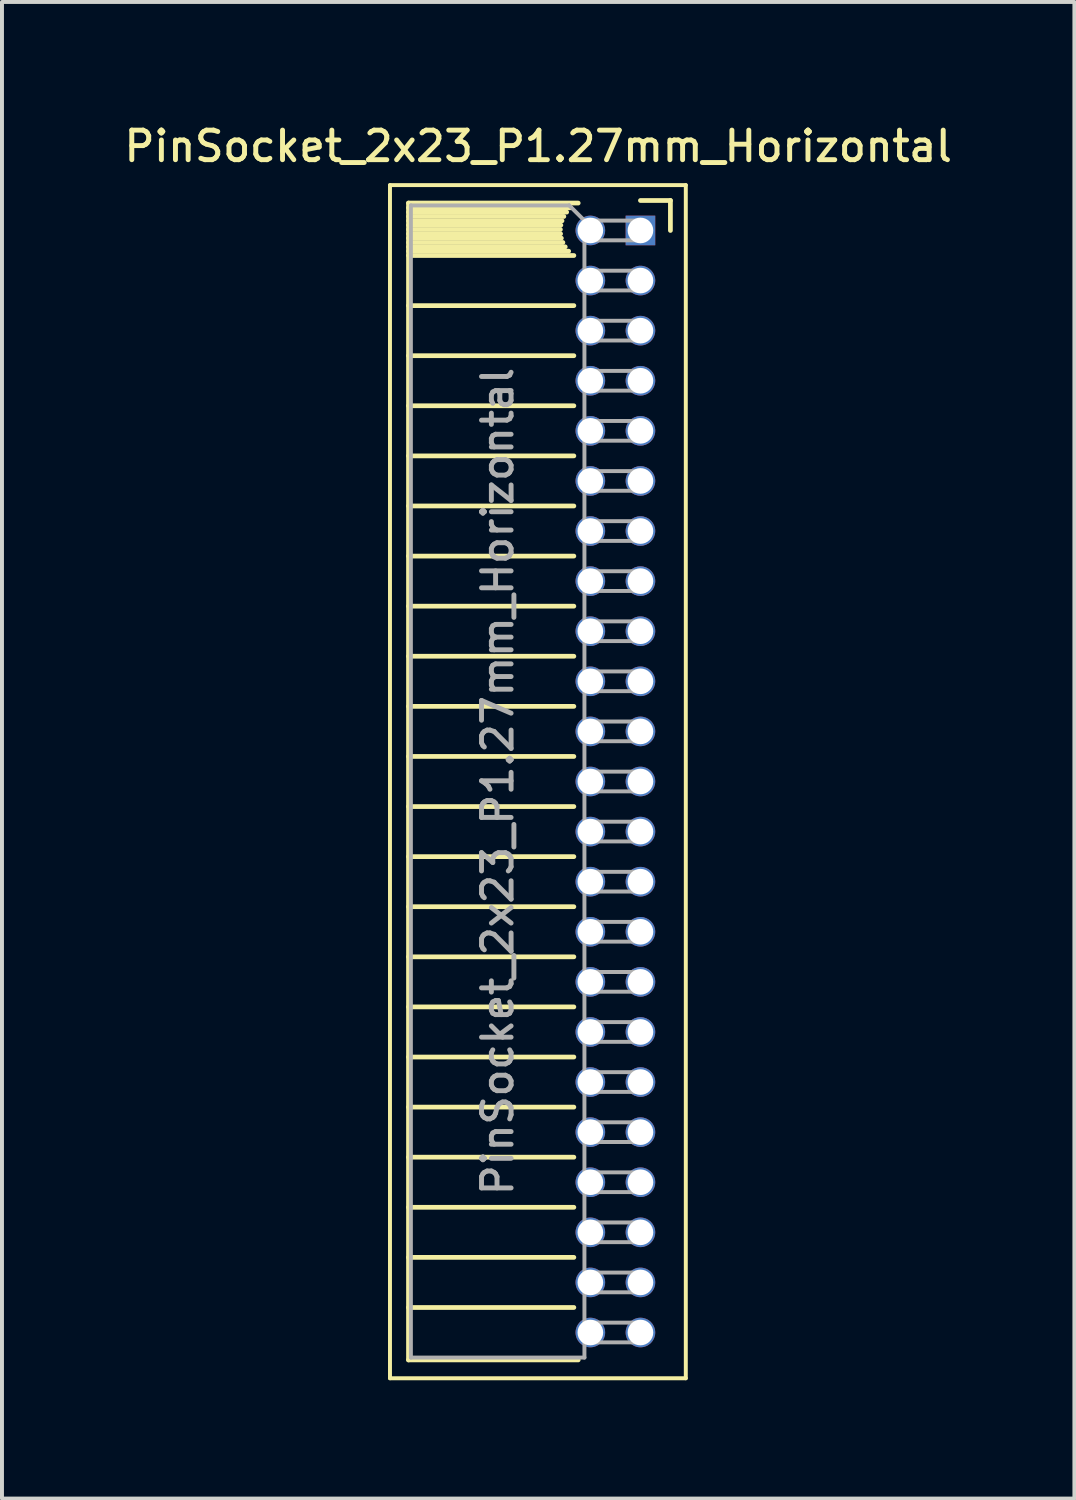
<source format=kicad_pcb>
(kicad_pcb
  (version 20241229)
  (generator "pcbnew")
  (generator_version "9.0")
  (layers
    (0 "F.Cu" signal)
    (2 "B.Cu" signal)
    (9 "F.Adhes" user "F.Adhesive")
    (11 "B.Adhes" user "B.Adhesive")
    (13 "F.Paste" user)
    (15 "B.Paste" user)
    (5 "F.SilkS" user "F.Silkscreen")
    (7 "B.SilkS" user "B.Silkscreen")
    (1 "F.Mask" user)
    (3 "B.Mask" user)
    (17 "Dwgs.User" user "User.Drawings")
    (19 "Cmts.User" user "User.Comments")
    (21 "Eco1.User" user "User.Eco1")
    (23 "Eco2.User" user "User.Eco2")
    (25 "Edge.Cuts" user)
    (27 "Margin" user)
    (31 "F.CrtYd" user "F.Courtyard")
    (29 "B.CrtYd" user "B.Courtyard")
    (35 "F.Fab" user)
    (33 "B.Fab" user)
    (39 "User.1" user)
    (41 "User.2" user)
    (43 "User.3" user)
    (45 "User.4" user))
  (footprint "PinSocket_2x23_P1.27mm_Horizontal"
    (layer "F.Cu")
    (at 13.187 2.793)
    (property "Reference" "PinSocket_2x23_P1.27mm_Horizontal" (at -2.592 -2.135 0) (layer "F.SilkS") (effects (font (size 0.75 0.75) (thickness 0.125))))
    (attr through_hole)
    (fp_line (start -6.35 -1.15) (end -6.35 29.1) (stroke (width 0.1) (type solid)) (layer "F.SilkS"))
    (fp_line (start -6.35 29.1) (end 1.15 29.1) (stroke (width 0.1) (type solid)) (layer "F.SilkS"))
    (fp_line (start -5.88 -0.695) (end -5.88 28.635) (stroke (width 0.12) (type solid)) (layer "F.SilkS"))
    (fp_line (start -5.88 -0.695) (end -1.578 -0.695) (stroke (width 0.12) (type solid)) (layer "F.SilkS"))
    (fp_line (start -5.88 -0.575) (end -1.767 -0.575) (stroke (width 0.12) (type solid)) (layer "F.SilkS"))
    (fp_line (start -5.88 -0.465) (end -1.871 -0.465) (stroke (width 0.12) (type solid)) (layer "F.SilkS"))
    (fp_line (start -5.88 -0.355) (end -1.942 -0.355) (stroke (width 0.12) (type solid)) (layer "F.SilkS"))
    (fp_line (start -5.88 -0.245) (end -1.989 -0.245) (stroke (width 0.12) (type solid)) (layer "F.SilkS"))
    (fp_line (start -5.88 -0.135) (end -2.018 -0.135) (stroke (width 0.12) (type solid)) (layer "F.SilkS"))
    (fp_line (start -5.88 -0.025) (end -2.03 -0.025) (stroke (width 0.12) (type solid)) (layer "F.SilkS"))
    (fp_line (start -5.88 0.085) (end -2.025 0.085) (stroke (width 0.12) (type solid)) (layer "F.SilkS"))
    (fp_line (start -5.88 0.195) (end -2.005 0.195) (stroke (width 0.12) (type solid)) (layer "F.SilkS"))
    (fp_line (start -5.88 0.305) (end -1.966 0.305) (stroke (width 0.12) (type solid)) (layer "F.SilkS"))
    (fp_line (start -5.88 0.415) (end -1.907 0.415) (stroke (width 0.12) (type solid)) (layer "F.SilkS"))
    (fp_line (start -5.88 0.525) (end -1.82 0.525) (stroke (width 0.12) (type solid)) (layer "F.SilkS"))
    (fp_line (start -5.88 0.635) (end -1.688 0.635) (stroke (width 0.12) (type solid)) (layer "F.SilkS"))
    (fp_line (start -5.88 1.905) (end -1.688 1.905) (stroke (width 0.12) (type solid)) (layer "F.SilkS"))
    (fp_line (start -5.88 3.175) (end -1.688 3.175) (stroke (width 0.12) (type solid)) (layer "F.SilkS"))
    (fp_line (start -5.88 4.445) (end -1.688 4.445) (stroke (width 0.12) (type solid)) (layer "F.SilkS"))
    (fp_line (start -5.88 5.715) (end -1.688 5.715) (stroke (width 0.12) (type solid)) (layer "F.SilkS"))
    (fp_line (start -5.88 6.985) (end -1.688 6.985) (stroke (width 0.12) (type solid)) (layer "F.SilkS"))
    (fp_line (start -5.88 8.255) (end -1.688 8.255) (stroke (width 0.12) (type solid)) (layer "F.SilkS"))
    (fp_line (start -5.88 9.525) (end -1.688 9.525) (stroke (width 0.12) (type solid)) (layer "F.SilkS"))
    (fp_line (start -5.88 10.795) (end -1.688 10.795) (stroke (width 0.12) (type solid)) (layer "F.SilkS"))
    (fp_line (start -5.88 12.065) (end -1.688 12.065) (stroke (width 0.12) (type solid)) (layer "F.SilkS"))
    (fp_line (start -5.88 13.335) (end -1.688 13.335) (stroke (width 0.12) (type solid)) (layer "F.SilkS"))
    (fp_line (start -5.88 14.605) (end -1.688 14.605) (stroke (width 0.12) (type solid)) (layer "F.SilkS"))
    (fp_line (start -5.88 15.875) (end -1.688 15.875) (stroke (width 0.12) (type solid)) (layer "F.SilkS"))
    (fp_line (start -5.88 17.145) (end -1.688 17.145) (stroke (width 0.12) (type solid)) (layer "F.SilkS"))
    (fp_line (start -5.88 18.415) (end -1.688 18.415) (stroke (width 0.12) (type solid)) (layer "F.SilkS"))
    (fp_line (start -5.88 19.685) (end -1.688 19.685) (stroke (width 0.12) (type solid)) (layer "F.SilkS"))
    (fp_line (start -5.88 20.955) (end -1.688 20.955) (stroke (width 0.12) (type solid)) (layer "F.SilkS"))
    (fp_line (start -5.88 22.225) (end -1.688 22.225) (stroke (width 0.12) (type solid)) (layer "F.SilkS"))
    (fp_line (start -5.88 23.495) (end -1.688 23.495) (stroke (width 0.12) (type solid)) (layer "F.SilkS"))
    (fp_line (start -5.88 24.765) (end -1.688 24.765) (stroke (width 0.12) (type solid)) (layer "F.SilkS"))
    (fp_line (start -5.88 26.035) (end -1.688 26.035) (stroke (width 0.12) (type solid)) (layer "F.SilkS"))
    (fp_line (start -5.88 27.305) (end -1.688 27.305) (stroke (width 0.12) (type solid)) (layer "F.SilkS"))
    (fp_line (start -5.88 28.635) (end -1.578 28.635) (stroke (width 0.12) (type solid)) (layer "F.SilkS"))
    (fp_line (start 0 -0.76) (end 0.76 -0.76) (stroke (width 0.12) (type solid)) (layer "F.SilkS"))
    (fp_line (start 0.76 -0.76) (end 0.76 0) (stroke (width 0.12) (type solid)) (layer "F.SilkS"))
    (fp_line (start 1.15 -1.15) (end -6.35 -1.15) (stroke (width 0.1) (type solid)) (layer "F.SilkS"))
    (fp_line (start 1.15 29.1) (end 1.15 -1.15) (stroke (width 0.1) (type solid)) (layer "F.SilkS"))
    (fp_line (start -5.82 -0.635) (end -1.805 -0.635) (stroke (width 0.1) (type solid)) (layer "F.Fab"))
    (fp_line (start -5.82 28.575) (end -5.82 -0.635) (stroke (width 0.1) (type solid)) (layer "F.Fab"))
    (fp_line (start -1.805 -0.635) (end -1.42 -0.25) (stroke (width 0.1) (type solid)) (layer "F.Fab"))
    (fp_line (start -1.42 -0.25) (end -1.42 28.575) (stroke (width 0.1) (type solid)) (layer "F.Fab"))
    (fp_line (start -1.42 0.25) (end 0 0.25) (stroke (width 0.1) (type solid)) (layer "F.Fab"))
    (fp_line (start -1.42 1.52) (end 0 1.52) (stroke (width 0.1) (type solid)) (layer "F.Fab"))
    (fp_line (start -1.42 2.79) (end 0 2.79) (stroke (width 0.1) (type solid)) (layer "F.Fab"))
    (fp_line (start -1.42 4.06) (end 0 4.06) (stroke (width 0.1) (type solid)) (layer "F.Fab"))
    (fp_line (start -1.42 5.33) (end 0 5.33) (stroke (width 0.1) (type solid)) (layer "F.Fab"))
    (fp_line (start -1.42 6.6) (end 0 6.6) (stroke (width 0.1) (type solid)) (layer "F.Fab"))
    (fp_line (start -1.42 7.87) (end 0 7.87) (stroke (width 0.1) (type solid)) (layer "F.Fab"))
    (fp_line (start -1.42 9.14) (end 0 9.14) (stroke (width 0.1) (type solid)) (layer "F.Fab"))
    (fp_line (start -1.42 10.41) (end 0 10.41) (stroke (width 0.1) (type solid)) (layer "F.Fab"))
    (fp_line (start -1.42 11.68) (end 0 11.68) (stroke (width 0.1) (type solid)) (layer "F.Fab"))
    (fp_line (start -1.42 12.95) (end 0 12.95) (stroke (width 0.1) (type solid)) (layer "F.Fab"))
    (fp_line (start -1.42 14.22) (end 0 14.22) (stroke (width 0.1) (type solid)) (layer "F.Fab"))
    (fp_line (start -1.42 15.49) (end 0 15.49) (stroke (width 0.1) (type solid)) (layer "F.Fab"))
    (fp_line (start -1.42 16.76) (end 0 16.76) (stroke (width 0.1) (type solid)) (layer "F.Fab"))
    (fp_line (start -1.42 18.03) (end 0 18.03) (stroke (width 0.1) (type solid)) (layer "F.Fab"))
    (fp_line (start -1.42 19.3) (end 0 19.3) (stroke (width 0.1) (type solid)) (layer "F.Fab"))
    (fp_line (start -1.42 20.57) (end 0 20.57) (stroke (width 0.1) (type solid)) (layer "F.Fab"))
    (fp_line (start -1.42 21.84) (end 0 21.84) (stroke (width 0.1) (type solid)) (layer "F.Fab"))
    (fp_line (start -1.42 23.11) (end 0 23.11) (stroke (width 0.1) (type solid)) (layer "F.Fab"))
    (fp_line (start -1.42 24.38) (end 0 24.38) (stroke (width 0.1) (type solid)) (layer "F.Fab"))
    (fp_line (start -1.42 25.65) (end 0 25.65) (stroke (width 0.1) (type solid)) (layer "F.Fab"))
    (fp_line (start -1.42 26.92) (end 0 26.92) (stroke (width 0.1) (type solid)) (layer "F.Fab"))
    (fp_line (start -1.42 28.19) (end 0 28.19) (stroke (width 0.1) (type solid)) (layer "F.Fab"))
    (fp_line (start -1.42 28.575) (end -5.82 28.575) (stroke (width 0.1) (type solid)) (layer "F.Fab"))
    (fp_line (start 0 -0.25) (end -1.42 -0.25) (stroke (width 0.1) (type solid)) (layer "F.Fab"))
    (fp_line (start 0 0.25) (end 0 -0.25) (stroke (width 0.1) (type solid)) (layer "F.Fab"))
    (fp_line (start 0 1.02) (end -1.42 1.02) (stroke (width 0.1) (type solid)) (layer "F.Fab"))
    (fp_line (start 0 1.52) (end 0 1.02) (stroke (width 0.1) (type solid)) (layer "F.Fab"))
    (fp_line (start 0 2.29) (end -1.42 2.29) (stroke (width 0.1) (type solid)) (layer "F.Fab"))
    (fp_line (start 0 2.79) (end 0 2.29) (stroke (width 0.1) (type solid)) (layer "F.Fab"))
    (fp_line (start 0 3.56) (end -1.42 3.56) (stroke (width 0.1) (type solid)) (layer "F.Fab"))
    (fp_line (start 0 4.06) (end 0 3.56) (stroke (width 0.1) (type solid)) (layer "F.Fab"))
    (fp_line (start 0 4.83) (end -1.42 4.83) (stroke (width 0.1) (type solid)) (layer "F.Fab"))
    (fp_line (start 0 5.33) (end 0 4.83) (stroke (width 0.1) (type solid)) (layer "F.Fab"))
    (fp_line (start 0 6.1) (end -1.42 6.1) (stroke (width 0.1) (type solid)) (layer "F.Fab"))
    (fp_line (start 0 6.6) (end 0 6.1) (stroke (width 0.1) (type solid)) (layer "F.Fab"))
    (fp_line (start 0 7.37) (end -1.42 7.37) (stroke (width 0.1) (type solid)) (layer "F.Fab"))
    (fp_line (start 0 7.87) (end 0 7.37) (stroke (width 0.1) (type solid)) (layer "F.Fab"))
    (fp_line (start 0 8.64) (end -1.42 8.64) (stroke (width 0.1) (type solid)) (layer "F.Fab"))
    (fp_line (start 0 9.14) (end 0 8.64) (stroke (width 0.1) (type solid)) (layer "F.Fab"))
    (fp_line (start 0 9.91) (end -1.42 9.91) (stroke (width 0.1) (type solid)) (layer "F.Fab"))
    (fp_line (start 0 10.41) (end 0 9.91) (stroke (width 0.1) (type solid)) (layer "F.Fab"))
    (fp_line (start 0 11.18) (end -1.42 11.18) (stroke (width 0.1) (type solid)) (layer "F.Fab"))
    (fp_line (start 0 11.68) (end 0 11.18) (stroke (width 0.1) (type solid)) (layer "F.Fab"))
    (fp_line (start 0 12.45) (end -1.42 12.45) (stroke (width 0.1) (type solid)) (layer "F.Fab"))
    (fp_line (start 0 12.95) (end 0 12.45) (stroke (width 0.1) (type solid)) (layer "F.Fab"))
    (fp_line (start 0 13.72) (end -1.42 13.72) (stroke (width 0.1) (type solid)) (layer "F.Fab"))
    (fp_line (start 0 14.22) (end 0 13.72) (stroke (width 0.1) (type solid)) (layer "F.Fab"))
    (fp_line (start 0 14.99) (end -1.42 14.99) (stroke (width 0.1) (type solid)) (layer "F.Fab"))
    (fp_line (start 0 15.49) (end 0 14.99) (stroke (width 0.1) (type solid)) (layer "F.Fab"))
    (fp_line (start 0 16.26) (end -1.42 16.26) (stroke (width 0.1) (type solid)) (layer "F.Fab"))
    (fp_line (start 0 16.76) (end 0 16.26) (stroke (width 0.1) (type solid)) (layer "F.Fab"))
    (fp_line (start 0 17.53) (end -1.42 17.53) (stroke (width 0.1) (type solid)) (layer "F.Fab"))
    (fp_line (start 0 18.03) (end 0 17.53) (stroke (width 0.1) (type solid)) (layer "F.Fab"))
    (fp_line (start 0 18.8) (end -1.42 18.8) (stroke (width 0.1) (type solid)) (layer "F.Fab"))
    (fp_line (start 0 19.3) (end 0 18.8) (stroke (width 0.1) (type solid)) (layer "F.Fab"))
    (fp_line (start 0 20.07) (end -1.42 20.07) (stroke (width 0.1) (type solid)) (layer "F.Fab"))
    (fp_line (start 0 20.57) (end 0 20.07) (stroke (width 0.1) (type solid)) (layer "F.Fab"))
    (fp_line (start 0 21.34) (end -1.42 21.34) (stroke (width 0.1) (type solid)) (layer "F.Fab"))
    (fp_line (start 0 21.84) (end 0 21.34) (stroke (width 0.1) (type solid)) (layer "F.Fab"))
    (fp_line (start 0 22.61) (end -1.42 22.61) (stroke (width 0.1) (type solid)) (layer "F.Fab"))
    (fp_line (start 0 23.11) (end 0 22.61) (stroke (width 0.1) (type solid)) (layer "F.Fab"))
    (fp_line (start 0 23.88) (end -1.42 23.88) (stroke (width 0.1) (type solid)) (layer "F.Fab"))
    (fp_line (start 0 24.38) (end 0 23.88) (stroke (width 0.1) (type solid)) (layer "F.Fab"))
    (fp_line (start 0 25.15) (end -1.42 25.15) (stroke (width 0.1) (type solid)) (layer "F.Fab"))
    (fp_line (start 0 25.65) (end 0 25.15) (stroke (width 0.1) (type solid)) (layer "F.Fab"))
    (fp_line (start 0 26.42) (end -1.42 26.42) (stroke (width 0.1) (type solid)) (layer "F.Fab"))
    (fp_line (start 0 26.92) (end 0 26.42) (stroke (width 0.1) (type solid)) (layer "F.Fab"))
    (fp_line (start 0 27.69) (end -1.42 27.69) (stroke (width 0.1) (type solid)) (layer "F.Fab"))
    (fp_line (start 0 28.19) (end 0 27.69) (stroke (width 0.1) (type solid)) (layer "F.Fab"))
    (fp_text user "${REFERENCE}" (at -3.62 13.97 90) (layer "F.Fab") (effects (font (size 0.75 0.75) (thickness 0.125))))
    (pad "1" thru_hole rect (at 0 0) (size 0.75 0.75) (drill 0.65) (layers "*.Cu" "*.Mask"))
    (pad "2" thru_hole oval (at -1.27 0) (size 0.75 0.75) (drill 0.65) (layers "*.Cu" "*.Mask"))
    (pad "3" thru_hole oval (at 0 1.27) (size 0.75 0.75) (drill 0.65) (layers "*.Cu" "*.Mask"))
    (pad "4" thru_hole oval (at -1.27 1.27) (size 0.75 0.75) (drill 0.65) (layers "*.Cu" "*.Mask"))
    (pad "5" thru_hole oval (at 0 2.54) (size 0.75 0.75) (drill 0.65) (layers "*.Cu" "*.Mask"))
    (pad "6" thru_hole oval (at -1.27 2.54) (size 0.75 0.75) (drill 0.65) (layers "*.Cu" "*.Mask"))
    (pad "7" thru_hole oval (at 0 3.81) (size 0.75 0.75) (drill 0.65) (layers "*.Cu" "*.Mask"))
    (pad "8" thru_hole oval (at -1.27 3.81) (size 0.75 0.75) (drill 0.65) (layers "*.Cu" "*.Mask"))
    (pad "9" thru_hole oval (at 0 5.08) (size 0.75 0.75) (drill 0.65) (layers "*.Cu" "*.Mask"))
    (pad "10" thru_hole oval (at -1.27 5.08) (size 0.75 0.75) (drill 0.65) (layers "*.Cu" "*.Mask"))
    (pad "11" thru_hole oval (at 0 6.35) (size 0.75 0.75) (drill 0.65) (layers "*.Cu" "*.Mask"))
    (pad "12" thru_hole oval (at -1.27 6.35) (size 0.75 0.75) (drill 0.65) (layers "*.Cu" "*.Mask"))
    (pad "13" thru_hole oval (at 0 7.62) (size 0.75 0.75) (drill 0.65) (layers "*.Cu" "*.Mask"))
    (pad "14" thru_hole oval (at -1.27 7.62) (size 0.75 0.75) (drill 0.65) (layers "*.Cu" "*.Mask"))
    (pad "15" thru_hole oval (at 0 8.89) (size 0.75 0.75) (drill 0.65) (layers "*.Cu" "*.Mask"))
    (pad "16" thru_hole oval (at -1.27 8.89) (size 0.75 0.75) (drill 0.65) (layers "*.Cu" "*.Mask"))
    (pad "17" thru_hole oval (at 0 10.16) (size 0.75 0.75) (drill 0.65) (layers "*.Cu" "*.Mask"))
    (pad "18" thru_hole oval (at -1.27 10.16) (size 0.75 0.75) (drill 0.65) (layers "*.Cu" "*.Mask"))
    (pad "19" thru_hole oval (at 0 11.43) (size 0.75 0.75) (drill 0.65) (layers "*.Cu" "*.Mask"))
    (pad "20" thru_hole oval (at -1.27 11.43) (size 0.75 0.75) (drill 0.65) (layers "*.Cu" "*.Mask"))
    (pad "21" thru_hole oval (at 0 12.7) (size 0.75 0.75) (drill 0.65) (layers "*.Cu" "*.Mask"))
    (pad "22" thru_hole oval (at -1.27 12.7) (size 0.75 0.75) (drill 0.65) (layers "*.Cu" "*.Mask"))
    (pad "23" thru_hole oval (at 0 13.97) (size 0.75 0.75) (drill 0.65) (layers "*.Cu" "*.Mask"))
    (pad "24" thru_hole oval (at -1.27 13.97) (size 0.75 0.75) (drill 0.65) (layers "*.Cu" "*.Mask"))
    (pad "25" thru_hole oval (at 0 15.24) (size 0.75 0.75) (drill 0.65) (layers "*.Cu" "*.Mask"))
    (pad "26" thru_hole oval (at -1.27 15.24) (size 0.75 0.75) (drill 0.65) (layers "*.Cu" "*.Mask"))
    (pad "27" thru_hole oval (at 0 16.51) (size 0.75 0.75) (drill 0.65) (layers "*.Cu" "*.Mask"))
    (pad "28" thru_hole oval (at -1.27 16.51) (size 0.75 0.75) (drill 0.65) (layers "*.Cu" "*.Mask"))
    (pad "29" thru_hole oval (at 0 17.78) (size 0.75 0.75) (drill 0.65) (layers "*.Cu" "*.Mask"))
    (pad "30" thru_hole oval (at -1.27 17.78) (size 0.75 0.75) (drill 0.65) (layers "*.Cu" "*.Mask"))
    (pad "31" thru_hole oval (at 0 19.05) (size 0.75 0.75) (drill 0.65) (layers "*.Cu" "*.Mask"))
    (pad "32" thru_hole oval (at -1.27 19.05) (size 0.75 0.75) (drill 0.65) (layers "*.Cu" "*.Mask"))
    (pad "33" thru_hole oval (at 0 20.32) (size 0.75 0.75) (drill 0.65) (layers "*.Cu" "*.Mask"))
    (pad "34" thru_hole oval (at -1.27 20.32) (size 0.75 0.75) (drill 0.65) (layers "*.Cu" "*.Mask"))
    (pad "35" thru_hole oval (at 0 21.59) (size 0.75 0.75) (drill 0.65) (layers "*.Cu" "*.Mask"))
    (pad "36" thru_hole oval (at -1.27 21.59) (size 0.75 0.75) (drill 0.65) (layers "*.Cu" "*.Mask"))
    (pad "37" thru_hole oval (at 0 22.86) (size 0.75 0.75) (drill 0.65) (layers "*.Cu" "*.Mask"))
    (pad "38" thru_hole oval (at -1.27 22.86) (size 0.75 0.75) (drill 0.65) (layers "*.Cu" "*.Mask"))
    (pad "39" thru_hole oval (at 0 24.13) (size 0.75 0.75) (drill 0.65) (layers "*.Cu" "*.Mask"))
    (pad "40" thru_hole oval (at -1.27 24.13) (size 0.75 0.75) (drill 0.65) (layers "*.Cu" "*.Mask"))
    (pad "41" thru_hole oval (at 0 25.4) (size 0.75 0.75) (drill 0.65) (layers "*.Cu" "*.Mask"))
    (pad "42" thru_hole oval (at -1.27 25.4) (size 0.75 0.75) (drill 0.65) (layers "*.Cu" "*.Mask"))
    (pad "43" thru_hole oval (at 0 26.67) (size 0.75 0.75) (drill 0.65) (layers "*.Cu" "*.Mask"))
    (pad "44" thru_hole oval (at -1.27 26.67) (size 0.75 0.75) (drill 0.65) (layers "*.Cu" "*.Mask"))
    (pad "45" thru_hole oval (at 0 27.94) (size 0.75 0.75) (drill 0.65) (layers "*.Cu" "*.Mask"))
    (pad "46" thru_hole oval (at -1.27 27.94) (size 0.75 0.75) (drill 0.65) (layers "*.Cu" "*.Mask")))
  (gr_rect
    (start -3 -3)
    (end 24.189 34.943)
    (stroke (width 0.1) (type default))
    (fill no)
    (layer "Edge.Cuts")))
</source>
